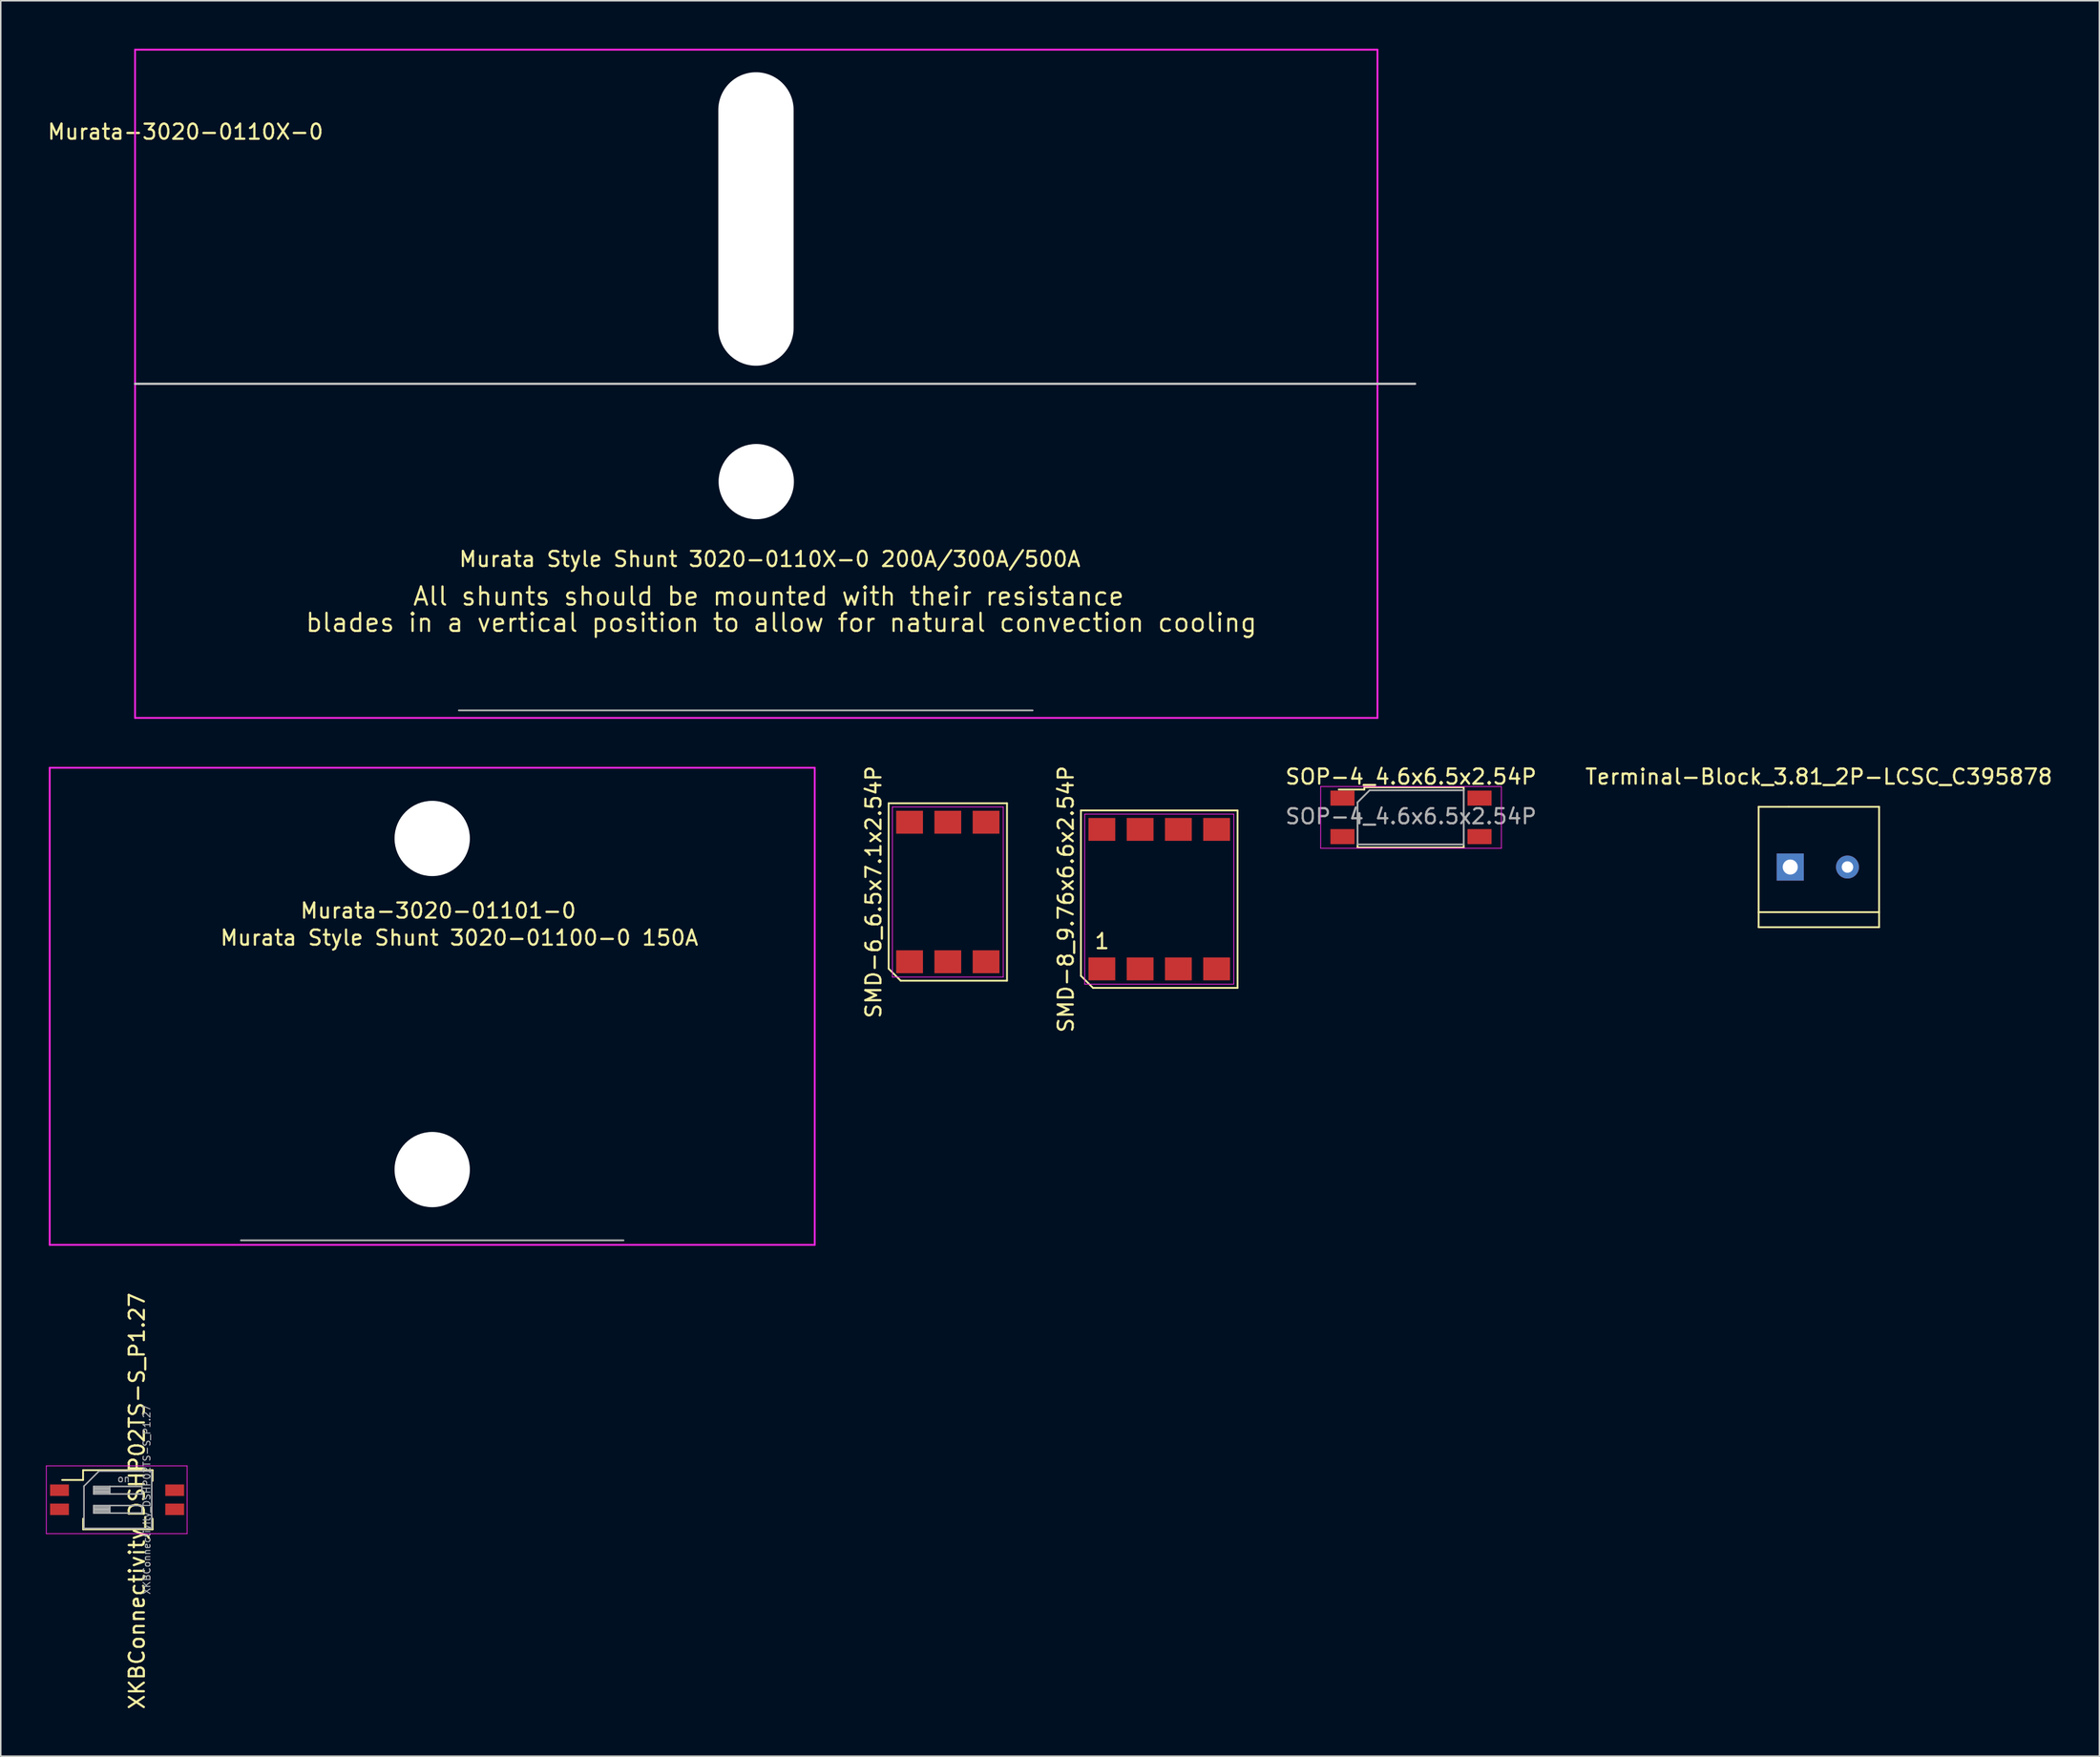
<source format=kicad_pcb>
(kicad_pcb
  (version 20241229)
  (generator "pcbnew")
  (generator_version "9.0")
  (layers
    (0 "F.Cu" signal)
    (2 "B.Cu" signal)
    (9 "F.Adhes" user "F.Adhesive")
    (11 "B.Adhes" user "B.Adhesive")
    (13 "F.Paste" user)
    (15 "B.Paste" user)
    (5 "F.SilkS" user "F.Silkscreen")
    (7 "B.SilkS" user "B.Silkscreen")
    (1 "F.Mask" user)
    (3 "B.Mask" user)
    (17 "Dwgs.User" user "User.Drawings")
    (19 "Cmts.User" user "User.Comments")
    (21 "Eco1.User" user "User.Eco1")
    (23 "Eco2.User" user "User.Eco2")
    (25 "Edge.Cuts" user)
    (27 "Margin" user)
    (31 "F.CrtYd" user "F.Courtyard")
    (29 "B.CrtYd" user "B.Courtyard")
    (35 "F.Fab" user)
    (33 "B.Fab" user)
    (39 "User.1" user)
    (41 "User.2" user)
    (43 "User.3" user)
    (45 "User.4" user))
  (footprint "SMD-6_6.5x7.1x2.54P"
    (layer "F.Cu")
    (at 59.888 56.216)
    (property "Reference" "SMD-6_6.5x7.1x2.54P" (at -4.93 0 90) (layer "F.SilkS") (effects (font (size 1 1) (thickness 0.15))))
    (attr smd)
    (fp_line (start -3.93 -5.895) (end 3.93 -5.895) (stroke (width 0.12) (type solid)) (layer "F.SilkS"))
    (fp_line (start -3.93 5.095) (end -3.93 -5.895) (stroke (width 0.12) (type solid)) (layer "F.SilkS"))
    (fp_line (start -3.13 5.895) (end -3.93 5.095) (stroke (width 0.12) (type solid)) (layer "F.SilkS"))
    (fp_line (start 3.93 -5.895) (end 3.93 5.895) (stroke (width 0.12) (type solid)) (layer "F.SilkS"))
    (fp_line (start 3.93 5.895) (end -3.13 5.895) (stroke (width 0.12) (type solid)) (layer "F.SilkS"))
    (fp_line (start -3.68 -5.65) (end 3.68 -5.65) (stroke (width 0.05) (type solid)) (layer "F.CrtYd"))
    (fp_line (start -3.68 5.65) (end -3.68 -5.65) (stroke (width 0.05) (type solid)) (layer "F.CrtYd"))
    (fp_line (start 3.68 -5.65) (end 3.68 5.65) (stroke (width 0.05) (type solid)) (layer "F.CrtYd"))
    (fp_line (start 3.68 5.65) (end -3.68 5.65) (stroke (width 0.05) (type solid)) (layer "F.CrtYd"))
    (pad "1" smd rect (at -2.54 4.635) (size 1.78 1.52) (layers "F.Cu" "F.Mask" "F.Paste"))
    (pad "2" smd rect (at 0 4.635) (size 1.78 1.52) (layers "F.Cu" "F.Mask" "F.Paste"))
    (pad "3" smd rect (at 2.54 4.635) (size 1.78 1.52) (layers "F.Cu" "F.Mask" "F.Paste"))
    (pad "4" smd rect (at 2.54 -4.635) (size 1.78 1.52) (layers "F.Cu" "F.Mask" "F.Paste"))
    (pad "5" smd rect (at 0 -4.635) (size 1.78 1.52) (layers "F.Cu" "F.Mask" "F.Paste"))
    (pad "6" smd rect (at -2.54 -4.635) (size 1.78 1.52) (layers "F.Cu" "F.Mask" "F.Paste")))
  (footprint "Murata-3020-0110X-0"
    (layer "F.Cu")
    (at 5.918 0.25)
    (property "Reference" "Murata-3020-0110X-0" (at 3.35 5.46 0) (layer "F.SilkS") (effects (font (size 1 1) (thickness 0.15))))
    (attr through_hole)
    (fp_line (start 0 22.2) (end 85 22.2) (stroke (width 0.15) (type solid)) (layer "Dwgs.User"))
    (fp_line (start 0 0) (end 82.5 0) (stroke (width 0.12) (type solid)) (layer "F.CrtYd"))
    (fp_line (start 0 44.4) (end 0 0) (stroke (width 0.12) (type solid)) (layer "F.CrtYd"))
    (fp_line (start 82.5 0) (end 82.5 44.4) (stroke (width 0.12) (type solid)) (layer "F.CrtYd"))
    (fp_line (start 82.5 44.4) (end 0 44.4) (stroke (width 0.12) (type solid)) (layer "F.CrtYd"))
    (fp_line (start 21.5 43.9) (end 59.6 43.9) (stroke (width 0.12) (type solid)) (layer "F.Fab"))
    (fp_text user "Murata Style Shunt 3020-0110X-0 200A/300A/500A" (at 42.15 33.85 0) (layer "F.SilkS") (effects (font (size 1 1) (thickness 0.15))))
    (fp_text user "All shunts should be mounted with their resistance" (at 42.07 36.32 0) (layer "F.SilkS") (effects (font (size 1.2 1.2) (thickness 0.15))))
    (fp_text user "blades in a vertical position to allow for natural convection cooling " (at 43.37 38.07 0) (layer "F.SilkS") (effects (font (size 1.2 1.2) (thickness 0.15))))
    (pad "" np_thru_hole oval (at 41.23 11.25) (size 5 19.5) (drill oval 5 19.5) (layers "*.Cu" "*.Mask"))
    (pad "" np_thru_hole circle (at 41.25 28.7) (size 5 5) (drill 5) (layers "*.Cu" "*.Mask")))
  (footprint "SOP-4_4.6x6.5x2.54P"
    (layer "F.Cu")
    (at 90.645 51.258)
    (property "Reference" "SOP-4_4.6x6.5x2.54P" (at 0 -2.7 0) (layer "F.SilkS") (effects (font (size 1 1) (thickness 0.15))))
    (attr smd)
    (fp_line (start -3.55 2) (end -3.55 1.85) (stroke (width 0.12) (type solid)) (layer "F.SilkS"))
    (fp_line (start -3.1 -2) (end 3.5 -2) (stroke (width 0.12) (type solid)) (layer "F.SilkS"))
    (fp_line (start -3.1 -1.85) (end -4.8 -1.85) (stroke (width 0.12) (type solid)) (layer "F.SilkS"))
    (fp_line (start -3.1 -1.85) (end -3.1 -2) (stroke (width 0.12) (type solid)) (layer "F.SilkS"))
    (fp_line (start 3.5 -1.95) (end 3.5 -1.8) (stroke (width 0.12) (type solid)) (layer "F.SilkS"))
    (fp_line (start 3.5 1.85) (end 3.5 2) (stroke (width 0.12) (type solid)) (layer "F.SilkS"))
    (fp_line (start 3.5 2) (end -3.55 2) (stroke (width 0.12) (type solid)) (layer "F.SilkS"))
    (fp_line (start -6 -2.05) (end -6 2.05) (stroke (width 0.05) (type solid)) (layer "F.CrtYd"))
    (fp_line (start -6 -2.05) (end 6 -2.05) (stroke (width 0.05) (type solid)) (layer "F.CrtYd"))
    (fp_line (start 6 2.05) (end -6 2.05) (stroke (width 0.05) (type solid)) (layer "F.CrtYd"))
    (fp_line (start 6 2.05) (end 6 -2.05) (stroke (width 0.05) (type solid)) (layer "F.CrtYd"))
    (fp_line (start -3.55 -1) (end -2.75 -1.8) (stroke (width 0.12) (type solid)) (layer "F.Fab"))
    (fp_line (start -3.55 1.8) (end -3.55 -1) (stroke (width 0.12) (type solid)) (layer "F.Fab"))
    (fp_line (start -2.75 -1.8) (end 3.5 -1.8) (stroke (width 0.12) (type solid)) (layer "F.Fab"))
    (fp_line (start 3.5 -1.8) (end 3.5 1.8) (stroke (width 0.12) (type solid)) (layer "F.Fab"))
    (fp_line (start 3.5 1.8) (end -3.55 1.8) (stroke (width 0.12) (type solid)) (layer "F.Fab"))
    (fp_text user "${REFERENCE}" (at 0 -0.065 0) (layer "F.Fab") (effects (font (size 1 1) (thickness 0.15))))
    (pad "1" smd rect (at -4.55 -1.28) (size 1.6 1) (layers "F.Cu" "F.Mask" "F.Paste"))
    (pad "2" smd rect (at -4.55 1.28) (size 1.6 1) (layers "F.Cu" "F.Mask" "F.Paste"))
    (pad "3" smd rect (at 4.55 1.28) (size 1.6 1) (layers "F.Cu" "F.Mask" "F.Paste"))
    (pad "4" smd rect (at 4.55 -1.28) (size 1.6 1) (layers "F.Cu" "F.Mask" "F.Paste")))
  (footprint "SMD-8_9.76x6.6x2.54P"
    (layer "F.Cu")
    (at 73.927 56.692)
    (property "Reference" "SMD-8_9.76x6.6x2.54P" (at -6.2 0 90) (layer "F.SilkS") (effects (font (size 1 1) (thickness 0.15))))
    (attr smd)
    (fp_line (start -5.2 -5.895) (end 5.2 -5.895) (stroke (width 0.12) (type solid)) (layer "F.SilkS"))
    (fp_line (start -5.2 5.095) (end -5.2 -5.895) (stroke (width 0.12) (type solid)) (layer "F.SilkS"))
    (fp_line (start -4.4 5.895) (end -5.2 5.095) (stroke (width 0.12) (type solid)) (layer "F.SilkS"))
    (fp_line (start 5.2 -5.895) (end 5.2 5.895) (stroke (width 0.12) (type solid)) (layer "F.SilkS"))
    (fp_line (start 5.2 5.895) (end -4.4 5.895) (stroke (width 0.12) (type solid)) (layer "F.SilkS"))
    (fp_line (start -4.95 -5.65) (end 4.95 -5.65) (stroke (width 0.05) (type solid)) (layer "F.CrtYd"))
    (fp_line (start -4.95 5.65) (end -4.95 -5.65) (stroke (width 0.05) (type solid)) (layer "F.CrtYd"))
    (fp_line (start 4.95 -5.65) (end 4.95 5.65) (stroke (width 0.05) (type solid)) (layer "F.CrtYd"))
    (fp_line (start 4.95 5.65) (end -4.95 5.65) (stroke (width 0.05) (type solid)) (layer "F.CrtYd"))
    (fp_text user "1" (at -3.8 2.8 0) (layer "F.SilkS") (effects (font (size 1 1) (thickness 0.15))))
    (pad "1" smd rect (at -3.81 4.635) (size 1.78 1.52) (layers "F.Cu" "F.Mask" "F.Paste"))
    (pad "2" smd rect (at -1.27 4.635) (size 1.78 1.52) (layers "F.Cu" "F.Mask" "F.Paste"))
    (pad "3" smd rect (at 1.27 4.635) (size 1.78 1.52) (layers "F.Cu" "F.Mask" "F.Paste"))
    (pad "4" smd rect (at 3.81 4.635) (size 1.78 1.52) (layers "F.Cu" "F.Mask" "F.Paste"))
    (pad "5" smd rect (at 3.81 -4.635) (size 1.78 1.52) (layers "F.Cu" "F.Mask" "F.Paste"))
    (pad "6" smd rect (at 1.27 -4.635) (size 1.78 1.52) (layers "F.Cu" "F.Mask" "F.Paste"))
    (pad "7" smd rect (at -1.27 -4.635) (size 1.78 1.52) (layers "F.Cu" "F.Mask" "F.Paste"))
    (pad "8" smd rect (at -3.81 -4.635) (size 1.78 1.52) (layers "F.Cu" "F.Mask" "F.Paste")))
  (footprint "XKBConnectivity_DSHP02TS-S_P1.27"
    (layer "F.Cu")
    (at 3.975 96.598)
    (property "Reference" "XKBConnectivity_DSHP02TS-S_P1.27" (at 2.07 0.08 90) (layer "F.SilkS") (effects (font (size 1 1) (thickness 0.15))))
    (attr smd)
    (fp_line (start -2.9 -1.315) (end -1.509 -1.315) (stroke (width 0.12) (type solid)) (layer "F.SilkS"))
    (fp_line (start -1.509 -1.965) (end -1.509 -1.315) (stroke (width 0.12) (type solid)) (layer "F.SilkS"))
    (fp_line (start -1.509 -1.965) (end 3.11 -1.965) (stroke (width 0.12) (type solid)) (layer "F.SilkS"))
    (fp_line (start -1.509 1.255) (end -1.509 1.965) (stroke (width 0.12) (type solid)) (layer "F.SilkS"))
    (fp_line (start -1.509 1.965) (end 3.11 1.965) (stroke (width 0.12) (type solid)) (layer "F.SilkS"))
    (fp_line (start 3.11 -1.965) (end 3.11 -1.255) (stroke (width 0.12) (type solid)) (layer "F.SilkS"))
    (fp_line (start 3.11 1.255) (end 3.11 1.965) (stroke (width 0.12) (type solid)) (layer "F.SilkS"))
    (fp_line (start -3.95 -2.25) (end -3.95 2.25) (stroke (width 0.05) (type solid)) (layer "F.CrtYd"))
    (fp_line (start -3.95 2.25) (end 5.4 2.25) (stroke (width 0.05) (type solid)) (layer "F.CrtYd"))
    (fp_line (start 5.4 -2.25) (end -3.95 -2.25) (stroke (width 0.05) (type solid)) (layer "F.CrtYd"))
    (fp_line (start 5.4 2.25) (end 5.4 -2.25) (stroke (width 0.05) (type solid)) (layer "F.CrtYd"))
    (fp_line (start -1.45 -0.905) (end -0.45 -1.905) (stroke (width 0.1) (type solid)) (layer "F.Fab"))
    (fp_line (start -1.45 1.905) (end -1.45 -0.905) (stroke (width 0.1) (type solid)) (layer "F.Fab"))
    (fp_line (start -0.8 -0.885) (end -0.8 -0.385) (stroke (width 0.1) (type solid)) (layer "F.Fab"))
    (fp_line (start -0.8 -0.785) (end 0.267 -0.785) (stroke (width 0.1) (type solid)) (layer "F.Fab"))
    (fp_line (start -0.8 -0.685) (end 0.267 -0.685) (stroke (width 0.1) (type solid)) (layer "F.Fab"))
    (fp_line (start -0.8 -0.585) (end 0.267 -0.585) (stroke (width 0.1) (type solid)) (layer "F.Fab"))
    (fp_line (start -0.8 -0.485) (end 0.267 -0.485) (stroke (width 0.1) (type solid)) (layer "F.Fab"))
    (fp_line (start -0.8 -0.385) (end 2.4 -0.385) (stroke (width 0.1) (type solid)) (layer "F.Fab"))
    (fp_line (start -0.8 0.385) (end -0.8 0.885) (stroke (width 0.1) (type solid)) (layer "F.Fab"))
    (fp_line (start -0.8 0.485) (end 0.267 0.485) (stroke (width 0.1) (type solid)) (layer "F.Fab"))
    (fp_line (start -0.8 0.585) (end 0.267 0.585) (stroke (width 0.1) (type solid)) (layer "F.Fab"))
    (fp_line (start -0.8 0.685) (end 0.267 0.685) (stroke (width 0.1) (type solid)) (layer "F.Fab"))
    (fp_line (start -0.8 0.785) (end 0.267 0.785) (stroke (width 0.1) (type solid)) (layer "F.Fab"))
    (fp_line (start -0.8 0.885) (end 2.4 0.885) (stroke (width 0.1) (type solid)) (layer "F.Fab"))
    (fp_line (start -0.45 -1.905) (end 3.05 -1.905) (stroke (width 0.1) (type solid)) (layer "F.Fab"))
    (fp_line (start 0.267 -0.885) (end 0.267 -0.385) (stroke (width 0.1) (type solid)) (layer "F.Fab"))
    (fp_line (start 0.267 0.385) (end 0.267 0.885) (stroke (width 0.1) (type solid)) (layer "F.Fab"))
    (fp_line (start 2.4 -0.885) (end -0.8 -0.885) (stroke (width 0.1) (type solid)) (layer "F.Fab"))
    (fp_line (start 2.4 -0.385) (end 2.4 -0.885) (stroke (width 0.1) (type solid)) (layer "F.Fab"))
    (fp_line (start 2.4 0.385) (end -0.8 0.385) (stroke (width 0.1) (type solid)) (layer "F.Fab"))
    (fp_line (start 2.4 0.885) (end 2.4 0.385) (stroke (width 0.1) (type solid)) (layer "F.Fab"))
    (fp_line (start 3.05 -1.905) (end 3.05 1.905) (stroke (width 0.1) (type solid)) (layer "F.Fab"))
    (fp_line (start 3.05 1.905) (end -1.45 1.905) (stroke (width 0.1) (type solid)) (layer "F.Fab"))
    (fp_text user "${REFERENCE}" (at 2.725 0 270) (layer "F.Fab") (effects (font (size 0.455 0.455) (thickness 0.068))))
    (fp_text user "on" (at 1.188 -1.395 0) (layer "F.Fab") (effects (font (size 0.455 0.455) (thickness 0.068))))
    (pad "1" smd rect (at -3.075 -0.635) (size 1.25 0.76) (layers "F.Cu" "F.Mask" "F.Paste"))
    (pad "2" smd rect (at -3.075 0.635) (size 1.25 0.76) (layers "F.Cu" "F.Mask" "F.Paste"))
    (pad "3" smd rect (at 4.575 0.635) (size 1.25 0.76) (layers "F.Cu" "F.Mask" "F.Paste"))
    (pad "4" smd rect (at 4.575 -0.635) (size 1.25 0.76) (layers "F.Cu" "F.Mask" "F.Paste")))
  (footprint "Terminal-Block_3.81_2P-LCSC_C395878"
    (layer "F.Cu")
    (at 117.728 54.558)
    (property "Reference" "Terminal-Block_3.81_2P-LCSC_C395878" (at 0 -6 0) (layer "F.SilkS") (effects (font (size 1 1) (thickness 0.15))))
    (attr through_hole)
    (fp_line (start -4 -4) (end -2 -4) (stroke (width 0.12) (type solid)) (layer "F.SilkS"))
    (fp_line (start -4 3) (end 4 3) (stroke (width 0.12) (type solid)) (layer "F.SilkS"))
    (fp_line (start -4 4) (end -4 -4) (stroke (width 0.12) (type solid)) (layer "F.SilkS"))
    (fp_line (start -2 -4) (end 4 -4) (stroke (width 0.12) (type solid)) (layer "F.SilkS"))
    (fp_line (start 4 -4) (end 4 4) (stroke (width 0.12) (type solid)) (layer "F.SilkS"))
    (fp_line (start 4 4) (end -4 4) (stroke (width 0.12) (type solid)) (layer "F.SilkS"))
    (pad "1" thru_hole rect (at -1.9 0) (size 1.8 1.8) (drill 1) (layers "*.Cu" "*.Mask"))
    (pad "2" thru_hole circle (at 1.9 0) (size 1.524 1.524) (drill 0.762) (layers "*.Cu" "*.Mask")))
  (footprint "Murata-3020-01101-0"
    (layer "F.Cu")
    (at 0.25 47.96)
    (property "Reference" "Murata-3020-01101-0" (at 25.8 9.5 0) (layer "F.SilkS") (effects (font (size 1 1) (thickness 0.15))))
    (attr through_hole)
    (fp_line (start 0 0) (end 50.8 0) (stroke (width 0.12) (type solid)) (layer "F.CrtYd"))
    (fp_line (start 0 31.7) (end 0 0) (stroke (width 0.12) (type solid)) (layer "F.CrtYd"))
    (fp_line (start 50.8 0) (end 50.8 31.7) (stroke (width 0.12) (type solid)) (layer "F.CrtYd"))
    (fp_line (start 50.8 31.7) (end 0 31.7) (stroke (width 0.12) (type solid)) (layer "F.CrtYd"))
    (fp_line (start 12.7 31.4) (end 38.1 31.4) (stroke (width 0.12) (type solid)) (layer "F.Fab"))
    (fp_text user "Murata Style Shunt 3020-01100-0 150A" (at 27.2 11.3 0) (layer "F.SilkS") (effects (font (size 1 1) (thickness 0.15))))
    (pad "" np_thru_hole circle (at 25.4 4.7) (size 5 5) (drill 5) (layers "*.Cu" "*.Mask"))
    (pad "" np_thru_hole circle (at 25.4 26.7) (size 5 5) (drill 5) (layers "*.Cu" "*.Mask")))
  (gr_rect
    (start -3 -3)
    (end 136.353 113.637)
    (stroke (width 0.1) (type default))
    (fill no)
    (layer "Edge.Cuts")))
</source>
